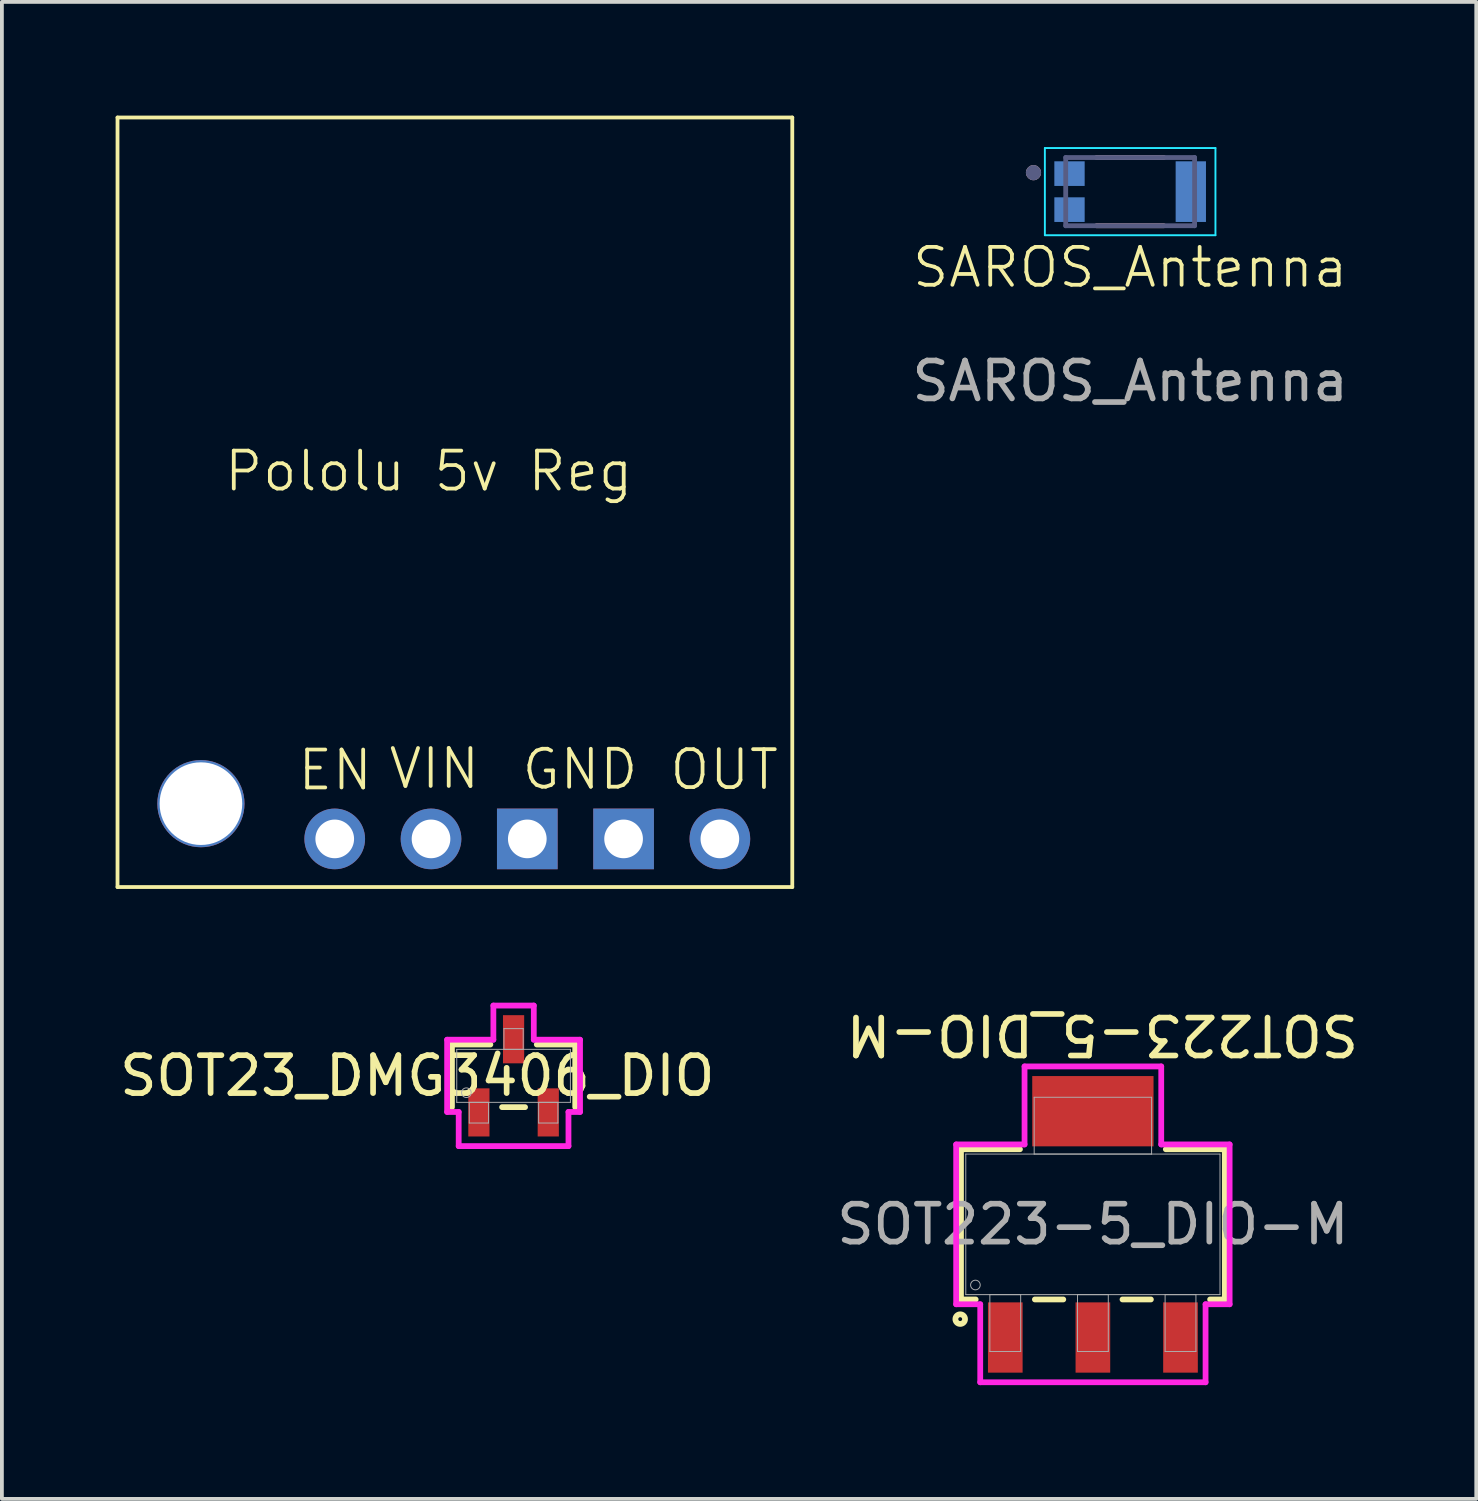
<source format=kicad_pcb>
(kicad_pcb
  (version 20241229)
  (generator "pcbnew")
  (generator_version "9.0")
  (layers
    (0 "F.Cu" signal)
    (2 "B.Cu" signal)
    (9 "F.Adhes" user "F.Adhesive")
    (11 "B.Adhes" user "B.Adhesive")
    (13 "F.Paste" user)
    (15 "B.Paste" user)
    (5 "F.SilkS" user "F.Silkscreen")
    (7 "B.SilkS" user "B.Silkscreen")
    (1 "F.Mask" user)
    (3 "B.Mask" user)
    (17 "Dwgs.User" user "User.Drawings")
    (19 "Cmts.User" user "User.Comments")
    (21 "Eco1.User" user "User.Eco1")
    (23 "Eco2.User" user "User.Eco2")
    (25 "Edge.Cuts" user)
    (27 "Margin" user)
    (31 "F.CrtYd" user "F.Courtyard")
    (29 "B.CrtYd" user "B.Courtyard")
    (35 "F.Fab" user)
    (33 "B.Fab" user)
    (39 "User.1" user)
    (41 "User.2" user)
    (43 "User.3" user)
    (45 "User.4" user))
  (footprint "Pololu 5v Reg"
    (layer "F.Cu")
    (at 7.75 10.05)
    (property "Reference" "Pololu 5v Reg" (at 0.51 -0.67 0) (unlocked yes) (layer "F.SilkS") (effects (font (size 1 1) (thickness 0.1))))
    (attr through_hole)
    (fp_line (start -7.7 -10) (end -7.7 10.3) (stroke (width 0.1) (type default)) (layer "F.SilkS"))
    (fp_line (start -7.7 -10) (end 10.1 -10) (stroke (width 0.1) (type default)) (layer "F.SilkS"))
    (fp_line (start 10.1 -10) (end 10.1 10.3) (stroke (width 0.1) (type default)) (layer "F.SilkS"))
    (fp_line (start 10.1 10.3) (end -7.7 10.3) (stroke (width 0.1) (type default)) (layer "F.SilkS"))
    (fp_text user "OUT" (at 6.81 7.79 0) (unlocked yes) (layer "F.SilkS") (effects (font (size 1 1) (thickness 0.1)) (justify left bottom)))
    (fp_text user "VIN" (at -0.6 7.76 0) (unlocked yes) (layer "F.SilkS") (effects (font (size 1 1) (thickness 0.1)) (justify left bottom)))
    (fp_text user "GND" (at 2.91 7.78 0) (unlocked yes) (layer "F.SilkS") (effects (font (size 1 1) (thickness 0.1)) (justify left bottom)))
    (fp_text user "EN" (at -3 7.8 0) (unlocked yes) (layer "F.SilkS") (effects (font (size 1 1) (thickness 0.1)) (justify left bottom)))
    (pad "" np_thru_hole circle (at -5.5 8.1 2.2) (size 2.3 2.3) (drill 2.18) (layers "*.Cu" "*.Mask"))
    (pad "1" thru_hole rect (at 3.11 9.03) (size 1.6 1.6) (drill 1.02) (layers "*.Cu"))
    (pad "1" thru_hole rect (at 5.65 9.03) (size 1.6 1.6) (drill 1.02) (layers "*.Cu"))
    (pad "2" thru_hole circle (at 8.19 9.03) (size 1.6 1.6) (drill 1.02) (layers "*.Cu"))
    (pad "3" thru_hole circle (at 0.57 9.03 180) (size 1.6 1.6) (drill 1.02) (layers "*.Cu"))
    (pad "4" thru_hole circle (at -1.97 9.03 180) (size 1.6 1.6) (drill 1.02) (layers "*.Cu")))
  (footprint "SOT223-5_DIO-M"
    (layer "F.Cu")
    (at 25.78 29.248)
    (property "Reference" "SOT223-5_DIO-M" (at 0.25 -5 180) (unlocked yes) (layer "F.SilkS") (effects (font (size 1 1) (thickness 0.15))))
    (attr smd)
    (fp_line (start -3.48 -1.981) (end -3.48 1.981) (stroke (width 0.152) (type solid)) (layer "F.SilkS"))
    (fp_line (start -3.48 1.981) (end -3.092 1.981) (stroke (width 0.152) (type solid)) (layer "F.SilkS"))
    (fp_line (start -1.924 -1.981) (end -3.48 -1.981) (stroke (width 0.152) (type solid)) (layer "F.SilkS"))
    (fp_line (start -1.53 1.981) (end -0.781 1.981) (stroke (width 0.152) (type solid)) (layer "F.SilkS"))
    (fp_line (start 0.781 1.981) (end 1.53 1.981) (stroke (width 0.152) (type solid)) (layer "F.SilkS"))
    (fp_line (start 3.092 1.981) (end 3.48 1.981) (stroke (width 0.152) (type solid)) (layer "F.SilkS"))
    (fp_line (start 3.48 -1.981) (end 1.924 -1.981) (stroke (width 0.152) (type solid)) (layer "F.SilkS"))
    (fp_line (start 3.48 1.981) (end 3.48 -1.981) (stroke (width 0.152) (type solid)) (layer "F.SilkS"))
    (fp_circle (center -3.5 2.5) (end -3.373 2.5) (stroke (width 0.152) (type solid)) (fill no) (layer "F.SilkS"))
    (fp_line (start -3.607 -2.108) (end -1.803 -2.108) (stroke (width 0.152) (type solid)) (layer "F.CrtYd"))
    (fp_line (start -3.607 2.108) (end -3.607 -2.108) (stroke (width 0.152) (type solid)) (layer "F.CrtYd"))
    (fp_line (start -2.972 2.108) (end -3.607 2.108) (stroke (width 0.152) (type solid)) (layer "F.CrtYd"))
    (fp_line (start -2.972 4.166) (end -2.972 2.108) (stroke (width 0.152) (type solid)) (layer "F.CrtYd"))
    (fp_line (start -1.803 -4.166) (end 1.803 -4.166) (stroke (width 0.152) (type solid)) (layer "F.CrtYd"))
    (fp_line (start -1.803 -2.108) (end -1.803 -4.166) (stroke (width 0.152) (type solid)) (layer "F.CrtYd"))
    (fp_line (start 1.803 -4.166) (end 1.803 -2.108) (stroke (width 0.152) (type solid)) (layer "F.CrtYd"))
    (fp_line (start 1.803 -2.108) (end 3.607 -2.108) (stroke (width 0.152) (type solid)) (layer "F.CrtYd"))
    (fp_line (start 2.972 2.108) (end 2.972 4.166) (stroke (width 0.152) (type solid)) (layer "F.CrtYd"))
    (fp_line (start 2.972 4.166) (end -2.972 4.166) (stroke (width 0.152) (type solid)) (layer "F.CrtYd"))
    (fp_line (start 3.607 -2.108) (end 3.607 2.108) (stroke (width 0.152) (type solid)) (layer "F.CrtYd"))
    (fp_line (start 3.607 2.108) (end 2.972 2.108) (stroke (width 0.152) (type solid)) (layer "F.CrtYd"))
    (fp_line (start -3.353 -1.854) (end -3.353 1.854) (stroke (width 0.025) (type solid)) (layer "F.Fab"))
    (fp_line (start -3.353 1.854) (end 3.353 1.854) (stroke (width 0.025) (type solid)) (layer "F.Fab"))
    (fp_line (start -2.718 1.854) (end -2.718 3.353) (stroke (width 0.025) (type solid)) (layer "F.Fab"))
    (fp_line (start -2.718 3.353) (end -1.905 3.353) (stroke (width 0.025) (type solid)) (layer "F.Fab"))
    (fp_line (start -1.905 1.854) (end -2.718 1.854) (stroke (width 0.025) (type solid)) (layer "F.Fab"))
    (fp_line (start -1.905 3.353) (end -1.905 1.854) (stroke (width 0.025) (type solid)) (layer "F.Fab"))
    (fp_line (start -1.549 -3.353) (end -1.549 -1.854) (stroke (width 0.025) (type solid)) (layer "F.Fab"))
    (fp_line (start -1.549 -1.854) (end 1.549 -1.854) (stroke (width 0.025) (type solid)) (layer "F.Fab"))
    (fp_line (start -0.406 1.854) (end -0.406 3.353) (stroke (width 0.025) (type solid)) (layer "F.Fab"))
    (fp_line (start -0.406 3.353) (end 0.406 3.353) (stroke (width 0.025) (type solid)) (layer "F.Fab"))
    (fp_line (start 0.406 1.854) (end -0.406 1.854) (stroke (width 0.025) (type solid)) (layer "F.Fab"))
    (fp_line (start 0.406 3.353) (end 0.406 1.854) (stroke (width 0.025) (type solid)) (layer "F.Fab"))
    (fp_line (start 1.549 -3.353) (end -1.549 -3.353) (stroke (width 0.025) (type solid)) (layer "F.Fab"))
    (fp_line (start 1.549 -1.854) (end 1.549 -3.353) (stroke (width 0.025) (type solid)) (layer "F.Fab"))
    (fp_line (start 1.905 1.854) (end 1.905 3.353) (stroke (width 0.025) (type solid)) (layer "F.Fab"))
    (fp_line (start 1.905 3.353) (end 2.718 3.353) (stroke (width 0.025) (type solid)) (layer "F.Fab"))
    (fp_line (start 2.718 1.854) (end 1.905 1.854) (stroke (width 0.025) (type solid)) (layer "F.Fab"))
    (fp_line (start 2.718 3.353) (end 2.718 1.854) (stroke (width 0.025) (type solid)) (layer "F.Fab"))
    (fp_line (start 3.353 -1.854) (end -3.353 -1.854) (stroke (width 0.025) (type solid)) (layer "F.Fab"))
    (fp_line (start 3.353 1.854) (end 3.353 -1.854) (stroke (width 0.025) (type solid)) (layer "F.Fab"))
    (fp_circle (center -3.099 1.6) (end -2.972 1.6) (stroke (width 0.025) (type solid)) (fill no) (layer "F.Fab"))
    (fp_text user "${REFERENCE}" (at 0 0 0) (unlocked yes) (layer "F.Fab") (effects (font (size 1 1) (thickness 0.15))))
    (pad "1" smd rect (at -2.311 2.985) (size 0.914 1.854) (layers "F.Cu" "F.Mask" "F.Paste"))
    (pad "2" smd rect (at 0 2.985) (size 0.914 1.854) (layers "F.Cu" "F.Mask" "F.Paste"))
    (pad "3" smd rect (at 2.311 2.985) (size 0.914 1.854) (layers "F.Cu" "F.Mask" "F.Paste"))
    (pad "4" smd rect (at 0 -2.985) (size 3.2 1.854) (layers "F.Cu" "F.Mask" "F.Paste")))
  (footprint "SAROS_Antenna"
    (layer "F.Cu")
    (at 26.763 4.505)
    (property "Reference" "SAROS_Antenna" (at 0 -0.5 0) (unlocked yes) (layer "F.SilkS") (effects (font (size 1 1) (thickness 0.1))))
    (attr smd)
    (fp_poly (pts (xy -0.85 -3.65) (xy 0.85 -3.65) (xy 0.85 -4.5) (xy -0.85 -4.5)) (stroke (width 0.01) (type solid)) (fill yes) (layer "B.Mask"))
    (fp_poly (pts (xy -0.85 -0.5) (xy -0.1 -0.5) (xy -0.1 -1.35) (xy -0.85 -1.35)) (stroke (width 0.01) (type solid)) (fill yes) (layer "B.Mask"))
    (fp_poly (pts (xy 0.1 -0.5) (xy 0.85 -0.5) (xy 0.85 -1.35) (xy 0.1 -1.35)) (stroke (width 0.01) (type solid)) (fill yes) (layer "B.Mask"))
    (fp_line (start -0.886 -3.4) (end 0.886 -3.4) (stroke (width 0.127) (type solid)) (layer "B.SilkS"))
    (fp_line (start -0.886 -1.6) (end 0.886 -1.6) (stroke (width 0.127) (type solid)) (layer "B.SilkS"))
    (fp_circle (center -2.55 -3) (end -2.55 -2.9) (stroke (width 0.2) (type solid)) (fill no) (layer "B.SilkS"))
    (fp_poly (pts (xy -0.75 -3.75) (xy 0.75 -3.75) (xy 0.75 -4.45) (xy -0.75 -4.45)) (stroke (width 0.01) (type solid)) (fill yes) (layer "B.Paste"))
    (fp_poly (pts (xy -0.75 -0.55) (xy -0.2 -0.55) (xy -0.2 -1.25) (xy -0.75 -1.25)) (stroke (width 0.01) (type solid)) (fill yes) (layer "B.Paste"))
    (fp_poly (pts (xy 0.2 -0.55) (xy 0.75 -0.55) (xy 0.75 -1.25) (xy 0.2 -1.25)) (stroke (width 0.01) (type solid)) (fill yes) (layer "B.Paste"))
    (fp_line (start -2.25 -3.65) (end -2.25 -1.35) (stroke (width 0.05) (type solid)) (layer "B.CrtYd"))
    (fp_line (start -2.25 -1.35) (end 2.25 -1.35) (stroke (width 0.05) (type solid)) (layer "B.CrtYd"))
    (fp_line (start 2.25 -3.65) (end -2.25 -3.65) (stroke (width 0.05) (type solid)) (layer "B.CrtYd"))
    (fp_line (start 2.25 -1.35) (end 2.25 -3.65) (stroke (width 0.05) (type solid)) (layer "B.CrtYd"))
    (fp_line (start -1.7 -3.4) (end 1.7 -3.4) (stroke (width 0.127) (type solid)) (layer "B.Fab"))
    (fp_line (start -1.7 -1.6) (end -1.7 -3.4) (stroke (width 0.127) (type solid)) (layer "B.Fab"))
    (fp_line (start 1.7 -3.4) (end 1.7 -1.6) (stroke (width 0.127) (type solid)) (layer "B.Fab"))
    (fp_line (start 1.7 -1.6) (end -1.7 -1.6) (stroke (width 0.127) (type solid)) (layer "B.Fab"))
    (fp_circle (center -2.55 -3) (end -2.55 -2.9) (stroke (width 0.2) (type solid)) (fill no) (layer "B.Fab"))
    (fp_text user "${REFERENCE}" (at 0 2.5 0) (unlocked yes) (layer "F.Fab") (effects (font (size 1 1) (thickness 0.15))))
    (pad "1" smd rect (at 1.6 -2.5 180) (size 0.8 1.6) (layers "B.Cu"))
    (pad "2" smd rect (at -1.6 -2.975 180) (size 0.8 0.65) (layers "B.Cu"))
    (pad "2" smd rect (at -1.6 -2.025 180) (size 0.8 0.65) (layers "B.Cu")))
  (footprint "SOT23_DMG3406_DIO"
    (layer "F.Cu")
    (at 10.498 25.33)
    (property "Reference" "SOT23_DMG3406_DIO" (at -2.54 0 0) (unlocked yes) (layer "F.SilkS") (effects (font (size 1 1) (thickness 0.15))))
    (attr smd)
    (fp_line (start -1.626 -0.826) (end -1.626 0.826) (stroke (width 0.152) (type solid)) (layer "F.SilkS"))
    (fp_line (start -0.612 -0.826) (end -1.626 -0.826) (stroke (width 0.152) (type solid)) (layer "F.SilkS"))
    (fp_line (start -0.303 0.826) (end 0.303 0.826) (stroke (width 0.152) (type solid)) (layer "F.SilkS"))
    (fp_line (start 1.626 -0.826) (end 0.612 -0.826) (stroke (width 0.152) (type solid)) (layer "F.SilkS"))
    (fp_line (start 1.626 0.826) (end 1.626 -0.826) (stroke (width 0.152) (type solid)) (layer "F.SilkS"))
    (fp_line (start -1.753 -0.953) (end -0.533 -0.953) (stroke (width 0.152) (type solid)) (layer "F.CrtYd"))
    (fp_line (start -1.753 0.953) (end -1.753 -0.953) (stroke (width 0.152) (type solid)) (layer "F.CrtYd"))
    (fp_line (start -1.753 0.953) (end -1.448 0.953) (stroke (width 0.152) (type solid)) (layer "F.CrtYd"))
    (fp_line (start -1.448 0.953) (end -1.448 1.854) (stroke (width 0.152) (type solid)) (layer "F.CrtYd"))
    (fp_line (start -1.448 1.854) (end 1.448 1.854) (stroke (width 0.152) (type solid)) (layer "F.CrtYd"))
    (fp_line (start -0.533 -1.854) (end 0.533 -1.854) (stroke (width 0.152) (type solid)) (layer "F.CrtYd"))
    (fp_line (start -0.533 -0.953) (end -0.533 -1.854) (stroke (width 0.152) (type solid)) (layer "F.CrtYd"))
    (fp_line (start 0.533 -0.953) (end 0.533 -1.854) (stroke (width 0.152) (type solid)) (layer "F.CrtYd"))
    (fp_line (start 1.448 0.953) (end 1.448 1.854) (stroke (width 0.152) (type solid)) (layer "F.CrtYd"))
    (fp_line (start 1.753 -0.953) (end 0.533 -0.953) (stroke (width 0.152) (type solid)) (layer "F.CrtYd"))
    (fp_line (start 1.753 -0.953) (end 1.753 0.953) (stroke (width 0.152) (type solid)) (layer "F.CrtYd"))
    (fp_line (start 1.753 0.953) (end 1.448 0.953) (stroke (width 0.152) (type solid)) (layer "F.CrtYd"))
    (fp_line (start -1.499 -0.699) (end -1.499 0.699) (stroke (width 0.025) (type solid)) (layer "F.Fab"))
    (fp_line (start -1.499 0.699) (end 1.499 0.699) (stroke (width 0.025) (type solid)) (layer "F.Fab"))
    (fp_line (start -1.169 0.699) (end -1.169 1.245) (stroke (width 0.025) (type solid)) (layer "F.Fab"))
    (fp_line (start -1.169 1.245) (end -0.661 1.245) (stroke (width 0.025) (type solid)) (layer "F.Fab"))
    (fp_line (start -0.661 0.699) (end -1.169 0.699) (stroke (width 0.025) (type solid)) (layer "F.Fab"))
    (fp_line (start -0.661 1.245) (end -0.661 0.699) (stroke (width 0.025) (type solid)) (layer "F.Fab"))
    (fp_line (start -0.254 -1.245) (end -0.254 -0.699) (stroke (width 0.025) (type solid)) (layer "F.Fab"))
    (fp_line (start -0.254 -0.699) (end 0.254 -0.699) (stroke (width 0.025) (type solid)) (layer "F.Fab"))
    (fp_line (start 0.254 -1.245) (end -0.254 -1.245) (stroke (width 0.025) (type solid)) (layer "F.Fab"))
    (fp_line (start 0.254 -0.699) (end 0.254 -1.245) (stroke (width 0.025) (type solid)) (layer "F.Fab"))
    (fp_line (start 0.661 0.699) (end 0.661 1.245) (stroke (width 0.025) (type solid)) (layer "F.Fab"))
    (fp_line (start 0.661 1.245) (end 1.169 1.245) (stroke (width 0.025) (type solid)) (layer "F.Fab"))
    (fp_line (start 1.169 0.699) (end 0.661 0.699) (stroke (width 0.025) (type solid)) (layer "F.Fab"))
    (fp_line (start 1.169 1.245) (end 1.169 0.699) (stroke (width 0.025) (type solid)) (layer "F.Fab"))
    (fp_line (start 1.499 -0.699) (end -1.499 -0.699) (stroke (width 0.025) (type solid)) (layer "F.Fab"))
    (fp_line (start 1.499 0.699) (end 1.499 -0.699) (stroke (width 0.025) (type solid)) (layer "F.Fab"))
    (fp_circle (center -1.245 0.445) (end -1.118 0.445) (stroke (width 0.025) (type solid)) (fill no) (layer "F.Fab"))
    (pad "1" smd rect (at 0 -0.965) (size 0.559 1.27) (layers "F.Cu" "F.Mask" "F.Paste"))
    (pad "2" smd rect (at -0.915 0.965) (size 0.559 1.27) (layers "F.Cu" "F.Mask" "F.Paste"))
    (pad "3" smd rect (at 0.915 0.965) (size 0.559 1.27) (layers "F.Cu" "F.Mask" "F.Paste")))
  (gr_rect
    (start -3 -3)
    (end 35.893 36.49)
    (stroke (width 0.1) (type default))
    (fill no)
    (layer "Edge.Cuts")))
</source>
